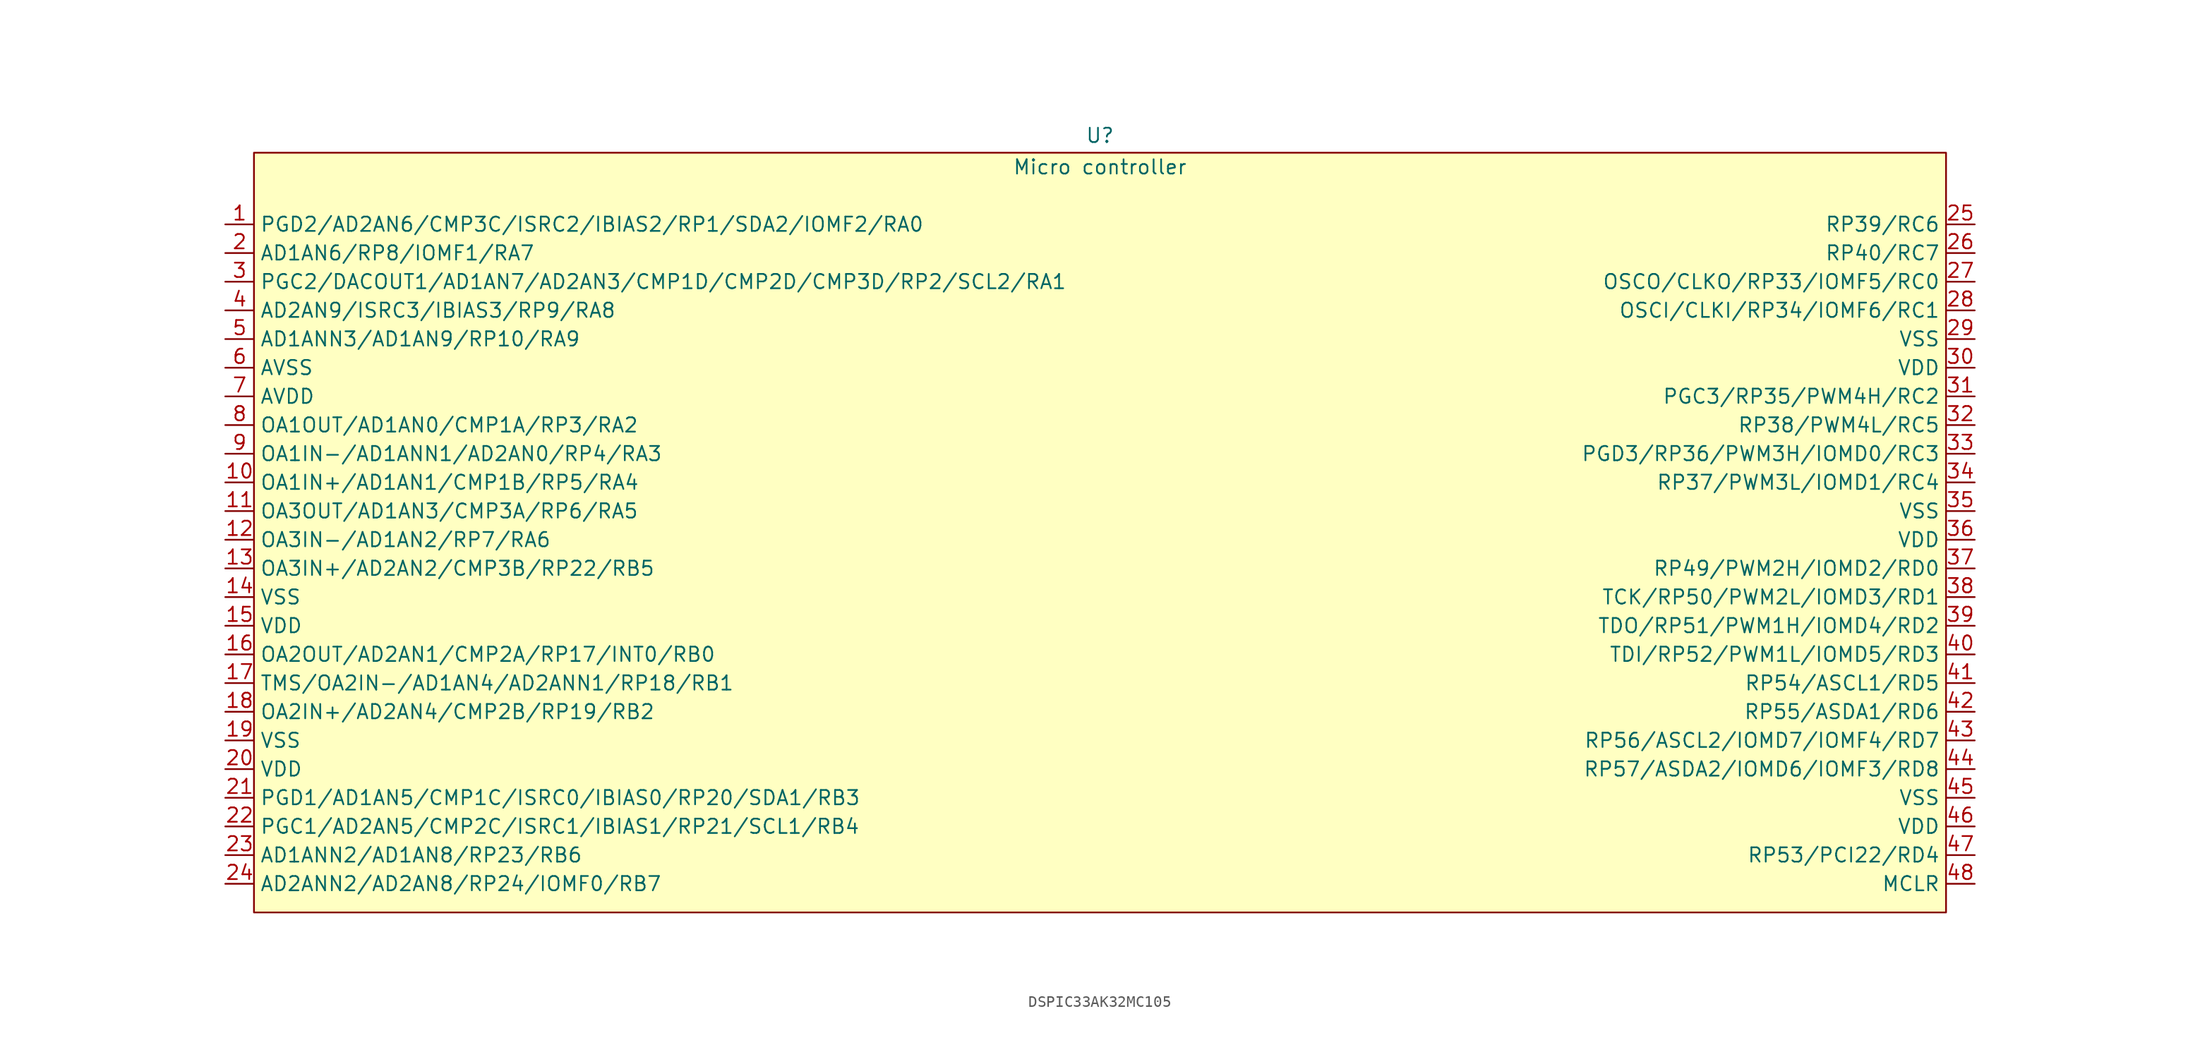
<source format=kicad_sym>
(kicad_symbol_lib
  (version 20241209)
  (generator "kicad_symbol_editor")
  (generator_version "9.0")
  (symbol "DSPIC33AK32MC105"
    (property "Reference" "U"
      (at 0 37.084 0)
      (effects (font (size 1.27 1.27))))
    (property "Value" "Micro controller"
      (at 0 34.29 0)
      (effects (font (size 1.27 1.27))))
    (symbol "DSPIC33AK32MC105_1_1"
      (rectangle (start -74.93 35.56) (end 74.93 -31.75) (stroke (width 0) (type solid)) (fill (type background)))
      (pin bidirectional line (at -77.47 29.21 0) (length 2.54) (name "PGD2/AD2AN6/CMP3C/ISRC2/IBIAS2/RP1/SDA2/IOMF2/RA0" (effects (font (size 1.27 1.27)))) (number "1" (effects (font (size 1.27 1.27)))))
      (pin bidirectional line (at -77.47 26.67 0) (length 2.54) (name "AD1AN6/RP8/IOMF1/RA7" (effects (font (size 1.27 1.27)))) (number "2" (effects (font (size 1.27 1.27)))))
      (pin bidirectional line (at -77.47 24.13 0) (length 2.54) (name "PGC2/DACOUT1/AD1AN7/AD2AN3/CMP1D/CMP2D/CMP3D/RP2/SCL2/RA1" (effects (font (size 1.27 1.27)))) (number "3" (effects (font (size 1.27 1.27)))))
      (pin bidirectional line (at -77.47 21.59 0) (length 2.54) (name "AD2AN9/ISRC3/IBIAS3/RP9/RA8" (effects (font (size 1.27 1.27)))) (number "4" (effects (font (size 1.27 1.27)))))
      (pin bidirectional line (at -77.47 19.05 0) (length 2.54) (name "AD1ANN3/AD1AN9/RP10/RA9" (effects (font (size 1.27 1.27)))) (number "5" (effects (font (size 1.27 1.27)))))
      (pin power_out line (at -77.47 16.51 0) (length 2.54) (name "AVSS" (effects (font (size 1.27 1.27)))) (number "6" (effects (font (size 1.27 1.27)))))
      (pin power_in line (at -77.47 13.97 0) (length 2.54) (name "AVDD" (effects (font (size 1.27 1.27)))) (number "7" (effects (font (size 1.27 1.27)))))
      (pin bidirectional line (at -77.47 11.43 0) (length 2.54) (name "OA1OUT/AD1AN0/CMP1A/RP3/RA2" (effects (font (size 1.27 1.27)))) (number "8" (effects (font (size 1.27 1.27)))))
      (pin bidirectional line (at -77.47 8.89 0) (length 2.54) (name "OA1IN-/AD1ANN1/AD2AN0/RP4/RA3" (effects (font (size 1.27 1.27)))) (number "9" (effects (font (size 1.27 1.27)))))
      (pin bidirectional line (at -77.47 6.35 0) (length 2.54) (name "OA1IN+/AD1AN1/CMP1B/RP5/RA4" (effects (font (size 1.27 1.27)))) (number "10" (effects (font (size 1.27 1.27)))))
      (pin bidirectional line (at -77.47 3.81 0) (length 2.54) (name "OA3OUT/AD1AN3/CMP3A/RP6/RA5" (effects (font (size 1.27 1.27)))) (number "11" (effects (font (size 1.27 1.27)))))
      (pin bidirectional line (at -77.47 1.27 0) (length 2.54) (name "OA3IN-/AD1AN2/RP7/RA6" (effects (font (size 1.27 1.27)))) (number "12" (effects (font (size 1.27 1.27)))))
      (pin bidirectional line (at -77.47 -1.27 0) (length 2.54) (name "OA3IN+/AD2AN2/CMP3B/RP22/RB5" (effects (font (size 1.27 1.27)))) (number "13" (effects (font (size 1.27 1.27)))))
      (pin power_out line (at -77.47 -3.81 0) (length 2.54) (name "VSS" (effects (font (size 1.27 1.27)))) (number "14" (effects (font (size 1.27 1.27)))))
      (pin power_in line (at -77.47 -6.35 0) (length 2.54) (name "VDD" (effects (font (size 1.27 1.27)))) (number "15" (effects (font (size 1.27 1.27)))))
      (pin bidirectional line (at -77.47 -8.89 0) (length 2.54) (name "OA2OUT/AD2AN1/CMP2A/RP17/INT0/RB0" (effects (font (size 1.27 1.27)))) (number "16" (effects (font (size 1.27 1.27)))))
      (pin bidirectional line (at -77.47 -11.43 0) (length 2.54) (name "TMS/OA2IN-/AD1AN4/AD2ANN1/RP18/RB1" (effects (font (size 1.27 1.27)))) (number "17" (effects (font (size 1.27 1.27)))))
      (pin bidirectional line (at -77.47 -13.97 0) (length 2.54) (name "OA2IN+/AD2AN4/CMP2B/RP19/RB2" (effects (font (size 1.27 1.27)))) (number "18" (effects (font (size 1.27 1.27)))))
      (pin power_out line (at -77.47 -16.51 0) (length 2.54) (name "VSS" (effects (font (size 1.27 1.27)))) (number "19" (effects (font (size 1.27 1.27)))))
      (pin power_in line (at -77.47 -19.05 0) (length 2.54) (name "VDD" (effects (font (size 1.27 1.27)))) (number "20" (effects (font (size 1.27 1.27)))))
      (pin bidirectional line (at -77.47 -21.59 0) (length 2.54) (name "PGD1/AD1AN5/CMP1C/ISRC0/IBIAS0/RP20/SDA1/RB3" (effects (font (size 1.27 1.27)))) (number "21" (effects (font (size 1.27 1.27)))))
      (pin bidirectional line (at -77.47 -24.13 0) (length 2.54) (name "PGC1/AD2AN5/CMP2C/ISRC1/IBIAS1/RP21/SCL1/RB4" (effects (font (size 1.27 1.27)))) (number "22" (effects (font (size 1.27 1.27)))))
      (pin bidirectional line (at -77.47 -26.67 0) (length 2.54) (name "AD1ANN2/AD1AN8/RP23/RB6" (effects (font (size 1.27 1.27)))) (number "23" (effects (font (size 1.27 1.27)))))
      (pin bidirectional line (at -77.47 -29.21 0) (length 2.54) (name "AD2ANN2/AD2AN8/RP24/IOMF0/RB7" (effects (font (size 1.27 1.27)))) (number "24" (effects (font (size 1.27 1.27)))))
      (pin bidirectional line (at 77.47 29.21 180) (length 2.54) (name "RP39/RC6" (effects (font (size 1.27 1.27)))) (number "25" (effects (font (size 1.27 1.27)))))
      (pin bidirectional line (at 77.47 26.67 180) (length 2.54) (name "RP40/RC7" (effects (font (size 1.27 1.27)))) (number "26" (effects (font (size 1.27 1.27)))))
      (pin bidirectional line (at 77.47 24.13 180) (length 2.54) (name "OSCO/CLKO/RP33/IOMF5/RC0" (effects (font (size 1.27 1.27)))) (number "27" (effects (font (size 1.27 1.27)))))
      (pin bidirectional line (at 77.47 21.59 180) (length 2.54) (name "OSCI/CLKI/RP34/IOMF6/RC1" (effects (font (size 1.27 1.27)))) (number "28" (effects (font (size 1.27 1.27)))))
      (pin power_out line (at 77.47 19.05 180) (length 2.54) (name "VSS" (effects (font (size 1.27 1.27)))) (number "29" (effects (font (size 1.27 1.27)))))
      (pin power_in line (at 77.47 16.51 180) (length 2.54) (name "VDD" (effects (font (size 1.27 1.27)))) (number "30" (effects (font (size 1.27 1.27)))))
      (pin bidirectional line (at 77.47 13.97 180) (length 2.54) (name "PGC3/RP35/PWM4H/RC2" (effects (font (size 1.27 1.27)))) (number "31" (effects (font (size 1.27 1.27)))))
      (pin bidirectional line (at 77.47 11.43 180) (length 2.54) (name "RP38/PWM4L/RC5" (effects (font (size 1.27 1.27)))) (number "32" (effects (font (size 1.27 1.27)))))
      (pin bidirectional line (at 77.47 8.89 180) (length 2.54) (name "PGD3/RP36/PWM3H/IOMD0/RC3" (effects (font (size 1.27 1.27)))) (number "33" (effects (font (size 1.27 1.27)))))
      (pin bidirectional line (at 77.47 6.35 180) (length 2.54) (name "RP37/PWM3L/IOMD1/RC4" (effects (font (size 1.27 1.27)))) (number "34" (effects (font (size 1.27 1.27)))))
      (pin power_out line (at 77.47 3.81 180) (length 2.54) (name "VSS" (effects (font (size 1.27 1.27)))) (number "35" (effects (font (size 1.27 1.27)))))
      (pin power_in line (at 77.47 1.27 180) (length 2.54) (name "VDD" (effects (font (size 1.27 1.27)))) (number "36" (effects (font (size 1.27 1.27)))))
      (pin bidirectional line (at 77.47 -1.27 180) (length 2.54) (name "RP49/PWM2H/IOMD2/RD0" (effects (font (size 1.27 1.27)))) (number "37" (effects (font (size 1.27 1.27)))))
      (pin bidirectional line (at 77.47 -3.81 180) (length 2.54) (name "TCK/RP50/PWM2L/IOMD3/RD1" (effects (font (size 1.27 1.27)))) (number "38" (effects (font (size 1.27 1.27)))))
      (pin bidirectional line (at 77.47 -6.35 180) (length 2.54) (name "TDO/RP51/PWM1H/IOMD4/RD2" (effects (font (size 1.27 1.27)))) (number "39" (effects (font (size 1.27 1.27)))))
      (pin bidirectional line (at 77.47 -8.89 180) (length 2.54) (name "TDI/RP52/PWM1L/IOMD5/RD3" (effects (font (size 1.27 1.27)))) (number "40" (effects (font (size 1.27 1.27)))))
      (pin bidirectional line (at 77.47 -11.43 180) (length 2.54) (name "RP54/ASCL1/RD5" (effects (font (size 1.27 1.27)))) (number "41" (effects (font (size 1.27 1.27)))))
      (pin bidirectional line (at 77.47 -13.97 180) (length 2.54) (name "RP55/ASDA1/RD6" (effects (font (size 1.27 1.27)))) (number "42" (effects (font (size 1.27 1.27)))))
      (pin bidirectional line (at 77.47 -16.51 180) (length 2.54) (name "RP56/ASCL2/IOMD7/IOMF4/RD7" (effects (font (size 1.27 1.27)))) (number "43" (effects (font (size 1.27 1.27)))))
      (pin bidirectional line (at 77.47 -19.05 180) (length 2.54) (name "RP57/ASDA2/IOMD6/IOMF3/RD8" (effects (font (size 1.27 1.27)))) (number "44" (effects (font (size 1.27 1.27)))))
      (pin power_out line (at 77.47 -21.59 180) (length 2.54) (name "VSS" (effects (font (size 1.27 1.27)))) (number "45" (effects (font (size 1.27 1.27)))))
      (pin power_in line (at 77.47 -24.13 180) (length 2.54) (name "VDD" (effects (font (size 1.27 1.27)))) (number "46" (effects (font (size 1.27 1.27)))))
      (pin bidirectional line (at 77.47 -26.67 180) (length 2.54) (name "RP53/PCI22/RD4" (effects (font (size 1.27 1.27)))) (number "47" (effects (font (size 1.27 1.27)))))
      (pin input line (at 77.47 -29.21 180) (length 2.54) (name "MCLR" (effects (font (size 1.27 1.27)))) (number "48" (effects (font (size 1.27 1.27))))))))
</source>
